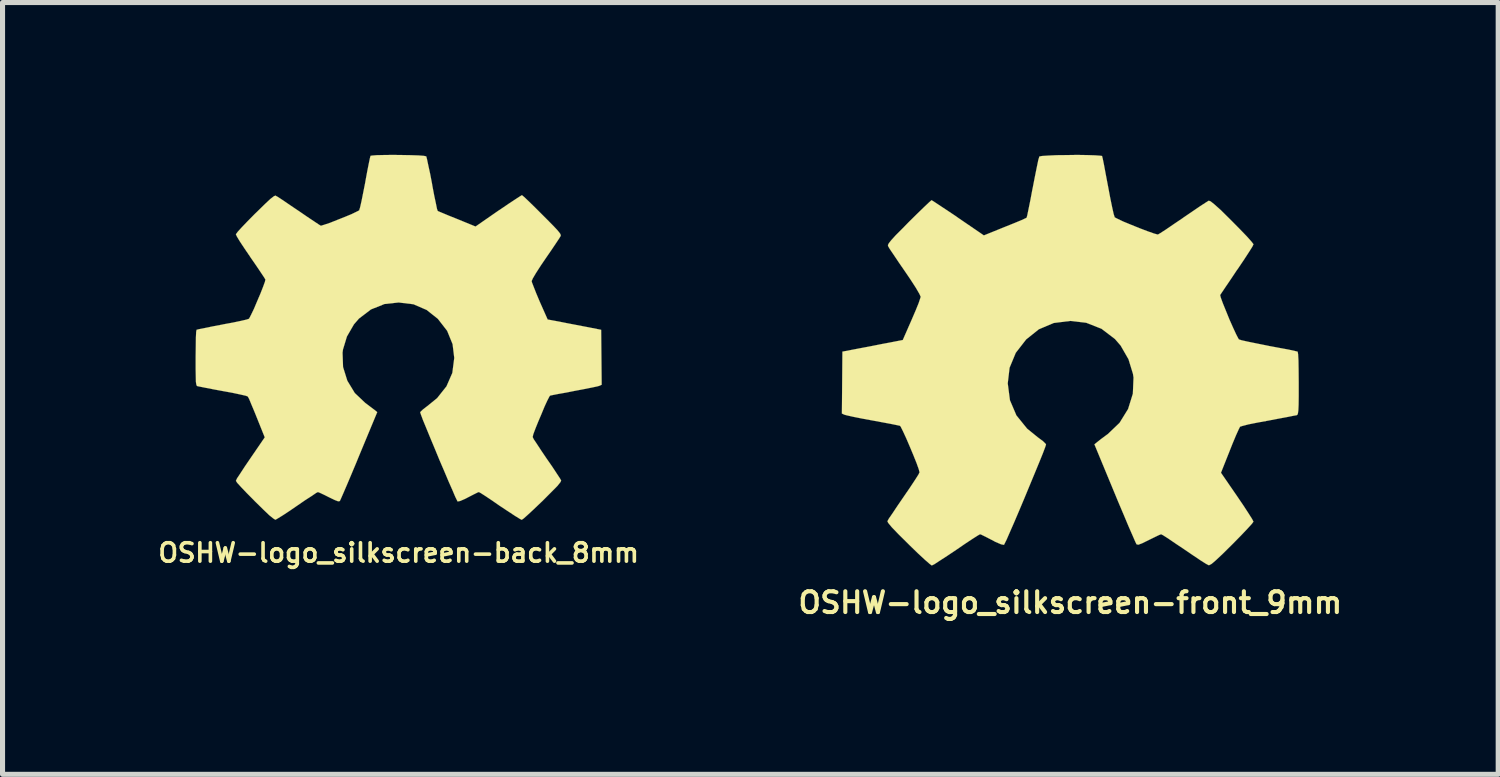
<source format=kicad_pcb>
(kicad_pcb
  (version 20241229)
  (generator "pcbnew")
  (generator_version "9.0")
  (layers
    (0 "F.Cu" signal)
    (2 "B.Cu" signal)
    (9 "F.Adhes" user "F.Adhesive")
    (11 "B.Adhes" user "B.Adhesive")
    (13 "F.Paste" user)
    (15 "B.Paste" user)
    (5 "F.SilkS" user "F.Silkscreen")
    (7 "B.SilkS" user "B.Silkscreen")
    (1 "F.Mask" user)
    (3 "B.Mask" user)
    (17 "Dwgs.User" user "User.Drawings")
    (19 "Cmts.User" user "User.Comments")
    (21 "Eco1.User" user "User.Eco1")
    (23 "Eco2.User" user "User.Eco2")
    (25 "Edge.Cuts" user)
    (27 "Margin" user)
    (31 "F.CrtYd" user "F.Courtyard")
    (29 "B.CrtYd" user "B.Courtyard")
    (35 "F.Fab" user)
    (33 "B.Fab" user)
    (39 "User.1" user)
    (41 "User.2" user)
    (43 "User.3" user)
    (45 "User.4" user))
  (footprint "OSHW-logo_silkscreen-back_8mm"
    (layer "F.Cu")
    (at 4.801 3.595)
    (property "Reference" "OSHW-logo_silkscreen-back_8mm" (at 0 4.242 0) (layer "F.SilkS") (effects (font (size 0.363 0.363) (thickness 0.071))))
    (attr through_hole)
    (fp_poly (pts (xy 2.423 3.592) (xy 2.383 3.571) (xy 2.289 3.513) (xy 2.154 3.424) (xy 1.996 3.32) (xy 1.839 3.211) (xy 1.709 3.124) (xy 1.618 3.066) (xy 1.58 3.045) (xy 1.56 3.051) (xy 1.483 3.089) (xy 1.374 3.145) (xy 1.311 3.178) (xy 1.212 3.221) (xy 1.161 3.231) (xy 1.153 3.216) (xy 1.115 3.139) (xy 1.059 3.007) (xy 0.983 2.835) (xy 0.897 2.631) (xy 0.803 2.413) (xy 0.711 2.189) (xy 0.622 1.976) (xy 0.544 1.786) (xy 0.48 1.631) (xy 0.439 1.521) (xy 0.424 1.476) (xy 0.429 1.466) (xy 0.48 1.417) (xy 0.566 1.351) (xy 0.757 1.196) (xy 0.942 0.963) (xy 1.057 0.699) (xy 1.095 0.404) (xy 1.062 0.132) (xy 0.955 -0.13) (xy 0.772 -0.366) (xy 0.551 -0.541) (xy 0.292 -0.653) (xy 0 -0.688) (xy -0.279 -0.658) (xy -0.546 -0.551) (xy -0.782 -0.371) (xy -0.881 -0.257) (xy -1.019 -0.018) (xy -1.097 0.239) (xy -1.105 0.302) (xy -1.095 0.584) (xy -1.011 0.853) (xy -0.864 1.095) (xy -0.658 1.29) (xy -0.63 1.311) (xy -0.536 1.382) (xy -0.472 1.43) (xy -0.422 1.471) (xy -0.78 2.332) (xy -0.836 2.469) (xy -0.935 2.705) (xy -1.021 2.908) (xy -1.09 3.068) (xy -1.138 3.178) (xy -1.158 3.221) (xy -1.161 3.223) (xy -1.191 3.228) (xy -1.257 3.203) (xy -1.377 3.145) (xy -1.458 3.104) (xy -1.549 3.061) (xy -1.59 3.045) (xy -1.626 3.063) (xy -1.712 3.122) (xy -1.841 3.205) (xy -1.994 3.31) (xy -2.141 3.411) (xy -2.276 3.5) (xy -2.375 3.561) (xy -2.423 3.589) (xy -2.431 3.589) (xy -2.471 3.564) (xy -2.55 3.5) (xy -2.667 3.388) (xy -2.832 3.226) (xy -2.857 3.2) (xy -2.995 3.061) (xy -3.106 2.944) (xy -3.18 2.863) (xy -3.205 2.824) (xy -3.183 2.776) (xy -3.119 2.68) (xy -3.03 2.543) (xy -2.921 2.383) (xy -2.637 1.968) (xy -2.794 1.577) (xy -2.842 1.458) (xy -2.903 1.313) (xy -2.946 1.209) (xy -2.972 1.163) (xy -3.012 1.148) (xy -3.122 1.123) (xy -3.277 1.09) (xy -3.459 1.057) (xy -3.637 1.024) (xy -3.797 0.993) (xy -3.912 0.97) (xy -3.962 0.96) (xy -3.975 0.953) (xy -3.985 0.927) (xy -3.993 0.874) (xy -3.995 0.777) (xy -3.998 0.625) (xy -3.998 0.404) (xy -3.998 0.381) (xy -3.995 0.17) (xy -3.993 0.003) (xy -3.988 -0.107) (xy -3.98 -0.15) (xy -3.929 -0.163) (xy -3.818 -0.185) (xy -3.658 -0.218) (xy -3.467 -0.254) (xy -3.457 -0.257) (xy -3.266 -0.292) (xy -3.109 -0.325) (xy -2.997 -0.351) (xy -2.951 -0.366) (xy -2.941 -0.378) (xy -2.903 -0.452) (xy -2.847 -0.569) (xy -2.786 -0.714) (xy -2.723 -0.861) (xy -2.67 -0.996) (xy -2.634 -1.095) (xy -2.624 -1.14) (xy -2.652 -1.186) (xy -2.718 -1.285) (xy -2.809 -1.42) (xy -2.921 -1.582) (xy -2.929 -1.595) (xy -3.038 -1.755) (xy -3.127 -1.89) (xy -3.185 -1.986) (xy -3.205 -2.029) (xy -3.205 -2.032) (xy -3.17 -2.08) (xy -3.089 -2.169) (xy -2.972 -2.291) (xy -2.832 -2.433) (xy -2.786 -2.477) (xy -2.631 -2.629) (xy -2.525 -2.728) (xy -2.456 -2.781) (xy -2.423 -2.794) (xy -2.423 -2.791) (xy -2.375 -2.764) (xy -2.273 -2.697) (xy -2.136 -2.603) (xy -1.974 -2.494) (xy -1.963 -2.487) (xy -1.803 -2.377) (xy -1.671 -2.289) (xy -1.575 -2.225) (xy -1.534 -2.2) (xy -1.527 -2.2) (xy -1.463 -2.22) (xy -1.349 -2.258) (xy -1.209 -2.314) (xy -1.062 -2.372) (xy -0.927 -2.428) (xy -0.826 -2.477) (xy -0.777 -2.502) (xy -0.777 -2.504) (xy -0.759 -2.563) (xy -0.732 -2.682) (xy -0.699 -2.847) (xy -0.66 -3.043) (xy -0.655 -3.073) (xy -0.62 -3.264) (xy -0.589 -3.421) (xy -0.566 -3.531) (xy -0.554 -3.576) (xy -0.528 -3.581) (xy -0.434 -3.589) (xy -0.292 -3.592) (xy -0.119 -3.594) (xy 0.061 -3.592) (xy 0.236 -3.589) (xy 0.389 -3.584) (xy 0.495 -3.576) (xy 0.541 -3.566) (xy 0.544 -3.564) (xy 0.559 -3.505) (xy 0.584 -3.386) (xy 0.62 -3.221) (xy 0.658 -3.023) (xy 0.663 -2.99) (xy 0.699 -2.799) (xy 0.732 -2.644) (xy 0.754 -2.535) (xy 0.767 -2.494) (xy 0.782 -2.484) (xy 0.861 -2.451) (xy 0.988 -2.398) (xy 1.148 -2.334) (xy 1.514 -2.184) (xy 1.961 -2.494) (xy 2.004 -2.522) (xy 2.164 -2.631) (xy 2.299 -2.72) (xy 2.39 -2.779) (xy 2.428 -2.802) (xy 2.431 -2.799) (xy 2.477 -2.761) (xy 2.565 -2.677) (xy 2.687 -2.558) (xy 2.827 -2.418) (xy 2.931 -2.314) (xy 3.056 -2.187) (xy 3.134 -2.103) (xy 3.178 -2.047) (xy 3.193 -2.014) (xy 3.188 -1.994) (xy 3.16 -1.948) (xy 3.094 -1.849) (xy 3.002 -1.712) (xy 2.893 -1.554) (xy 2.802 -1.42) (xy 2.705 -1.27) (xy 2.642 -1.163) (xy 2.619 -1.11) (xy 2.624 -1.087) (xy 2.657 -1.001) (xy 2.71 -0.866) (xy 2.776 -0.709) (xy 2.934 -0.353) (xy 3.167 -0.31) (xy 3.307 -0.282) (xy 3.505 -0.244) (xy 3.693 -0.208) (xy 3.988 -0.15) (xy 3.998 0.932) (xy 3.952 0.953) (xy 3.909 0.965) (xy 3.8 0.988) (xy 3.645 1.019) (xy 3.459 1.054) (xy 3.305 1.085) (xy 3.145 1.113) (xy 3.033 1.135) (xy 2.982 1.146) (xy 2.969 1.163) (xy 2.929 1.24) (xy 2.873 1.361) (xy 2.812 1.509) (xy 2.748 1.659) (xy 2.692 1.798) (xy 2.652 1.905) (xy 2.639 1.961) (xy 2.659 2.004) (xy 2.72 2.095) (xy 2.807 2.228) (xy 2.913 2.385) (xy 3.023 2.543) (xy 3.111 2.677) (xy 3.175 2.774) (xy 3.2 2.817) (xy 3.188 2.847) (xy 3.127 2.924) (xy 3.007 3.045) (xy 2.832 3.221) (xy 2.802 3.249) (xy 2.662 3.383) (xy 2.543 3.493) (xy 2.461 3.566) (xy 2.423 3.592)) (stroke (width 0.003) (type solid)) (fill yes) (layer "F.SilkS")))
  (footprint "OSHW-logo_silkscreen-front_9mm"
    (layer "F.Cu")
    (at 18.028 4.045)
    (property "Reference" "OSHW-logo_silkscreen-front_9mm" (at 0 4.773 0) (layer "F.SilkS") (effects (font (size 0.409 0.409) (thickness 0.081))))
    (attr through_hole)
    (fp_poly (pts (xy -2.728 4.041) (xy -2.68 4.018) (xy -2.576 3.95) (xy -2.426 3.853) (xy -2.248 3.734) (xy -2.07 3.612) (xy -1.923 3.515) (xy -1.819 3.449) (xy -1.778 3.426) (xy -1.753 3.434) (xy -1.669 3.475) (xy -1.547 3.538) (xy -1.476 3.576) (xy -1.361 3.625) (xy -1.306 3.635) (xy -1.298 3.619) (xy -1.255 3.533) (xy -1.191 3.386) (xy -1.105 3.19) (xy -1.008 2.962) (xy -0.904 2.715) (xy -0.8 2.464) (xy -0.701 2.225) (xy -0.612 2.009) (xy -0.541 1.834) (xy -0.495 1.712) (xy -0.478 1.659) (xy -0.483 1.648) (xy -0.538 1.593) (xy -0.638 1.519) (xy -0.851 1.346) (xy -1.062 1.085) (xy -1.189 0.787) (xy -1.232 0.455) (xy -1.196 0.147) (xy -1.074 -0.147) (xy -0.869 -0.411) (xy -0.62 -0.61) (xy -0.328 -0.734) (xy 0 -0.775) (xy 0.312 -0.739) (xy 0.615 -0.62) (xy 0.879 -0.419) (xy 0.991 -0.29) (xy 1.146 -0.02) (xy 1.234 0.267) (xy 1.245 0.34) (xy 1.232 0.658) (xy 1.138 0.96) (xy 0.97 1.232) (xy 0.739 1.453) (xy 0.711 1.473) (xy 0.602 1.554) (xy 0.531 1.61) (xy 0.475 1.656) (xy 0.876 2.624) (xy 0.94 2.779) (xy 1.052 3.043) (xy 1.148 3.272) (xy 1.227 3.452) (xy 1.28 3.574) (xy 1.303 3.622) (xy 1.306 3.625) (xy 1.341 3.632) (xy 1.415 3.604) (xy 1.549 3.538) (xy 1.641 3.493) (xy 1.742 3.444) (xy 1.788 3.426) (xy 1.829 3.447) (xy 1.928 3.51) (xy 2.07 3.607) (xy 2.245 3.724) (xy 2.408 3.835) (xy 2.56 3.937) (xy 2.672 4.008) (xy 2.725 4.036) (xy 2.733 4.036) (xy 2.781 4.011) (xy 2.868 3.937) (xy 3 3.813) (xy 3.188 3.627) (xy 3.216 3.599) (xy 3.368 3.444) (xy 3.493 3.312) (xy 3.576 3.221) (xy 3.607 3.178) (xy 3.579 3.124) (xy 3.51 3.015) (xy 3.409 2.86) (xy 3.287 2.68) (xy 2.967 2.215) (xy 3.142 1.775) (xy 3.195 1.641) (xy 3.264 1.476) (xy 3.317 1.359) (xy 3.343 1.308) (xy 3.391 1.293) (xy 3.51 1.262) (xy 3.686 1.227) (xy 3.894 1.189) (xy 4.092 1.151) (xy 4.27 1.118) (xy 4.399 1.092) (xy 4.458 1.082) (xy 4.473 1.072) (xy 4.483 1.044) (xy 4.491 0.983) (xy 4.496 0.874) (xy 4.498 0.704) (xy 4.498 0.455) (xy 4.498 0.429) (xy 4.496 0.191) (xy 4.493 0.003) (xy 4.486 -0.119) (xy 4.478 -0.168) (xy 4.475 -0.17) (xy 4.422 -0.183) (xy 4.295 -0.211) (xy 4.115 -0.244) (xy 3.901 -0.284) (xy 3.889 -0.287) (xy 3.675 -0.33) (xy 3.498 -0.366) (xy 3.373 -0.394) (xy 3.32 -0.411) (xy 3.31 -0.427) (xy 3.266 -0.511) (xy 3.205 -0.643) (xy 3.134 -0.803) (xy 3.066 -0.97) (xy 3.005 -1.12) (xy 2.964 -1.232) (xy 2.951 -1.283) (xy 2.951 -1.285) (xy 2.985 -1.336) (xy 3.058 -1.445) (xy 3.162 -1.598) (xy 3.284 -1.781) (xy 3.294 -1.793) (xy 3.416 -1.974) (xy 3.515 -2.126) (xy 3.584 -2.235) (xy 3.607 -2.283) (xy 3.607 -2.286) (xy 3.566 -2.339) (xy 3.475 -2.441) (xy 3.343 -2.578) (xy 3.185 -2.738) (xy 3.137 -2.786) (xy 2.962 -2.959) (xy 2.84 -3.068) (xy 2.764 -3.129) (xy 2.728 -3.142) (xy 2.725 -3.142) (xy 2.672 -3.109) (xy 2.558 -3.035) (xy 2.405 -2.931) (xy 2.223 -2.807) (xy 2.21 -2.797) (xy 2.029 -2.675) (xy 1.88 -2.573) (xy 1.773 -2.504) (xy 1.727 -2.477) (xy 1.717 -2.477) (xy 1.646 -2.497) (xy 1.516 -2.543) (xy 1.359 -2.603) (xy 1.194 -2.67) (xy 1.041 -2.733) (xy 0.93 -2.786) (xy 0.876 -2.814) (xy 0.874 -2.817) (xy 0.853 -2.883) (xy 0.823 -3.018) (xy 0.785 -3.203) (xy 0.744 -3.421) (xy 0.737 -3.457) (xy 0.696 -3.673) (xy 0.663 -3.851) (xy 0.638 -3.973) (xy 0.625 -4.023) (xy 0.594 -4.028) (xy 0.488 -4.036) (xy 0.33 -4.041) (xy 0.135 -4.044) (xy -0.069 -4.041) (xy -0.267 -4.039) (xy -0.437 -4.031) (xy -0.559 -4.023) (xy -0.61 -4.013) (xy -0.61 -4.011) (xy -0.63 -3.945) (xy -0.658 -3.81) (xy -0.696 -3.622) (xy -0.739 -3.401) (xy -0.747 -3.363) (xy -0.787 -3.15) (xy -0.823 -2.974) (xy -0.848 -2.852) (xy -0.861 -2.807) (xy -0.881 -2.797) (xy -0.97 -2.756) (xy -1.113 -2.697) (xy -1.29 -2.626) (xy -1.702 -2.459) (xy -2.207 -2.804) (xy -2.253 -2.837) (xy -2.436 -2.959) (xy -2.586 -3.058) (xy -2.69 -3.127) (xy -2.731 -3.152) (xy -2.736 -3.15) (xy -2.786 -3.106) (xy -2.885 -3.012) (xy -3.023 -2.878) (xy -3.183 -2.72) (xy -3.299 -2.601) (xy -3.439 -2.461) (xy -3.526 -2.365) (xy -3.574 -2.304) (xy -3.592 -2.268) (xy -3.586 -2.243) (xy -3.556 -2.192) (xy -3.48 -2.08) (xy -3.376 -1.925) (xy -3.254 -1.748) (xy -3.152 -1.598) (xy -3.043 -1.43) (xy -2.972 -1.308) (xy -2.946 -1.25) (xy -2.954 -1.224) (xy -2.987 -1.125) (xy -3.048 -0.975) (xy -3.124 -0.798) (xy -3.299 -0.399) (xy -3.561 -0.348) (xy -3.721 -0.318) (xy -3.942 -0.274) (xy -4.155 -0.234) (xy -4.488 -0.17) (xy -4.498 1.049) (xy -4.448 1.072) (xy -4.399 1.085) (xy -4.275 1.113) (xy -4.1 1.148) (xy -3.894 1.186) (xy -3.716 1.219) (xy -3.538 1.252) (xy -3.411 1.278) (xy -3.355 1.29) (xy -3.34 1.308) (xy -3.297 1.394) (xy -3.233 1.532) (xy -3.162 1.697) (xy -3.091 1.867) (xy -3.028 2.024) (xy -2.985 2.144) (xy -2.969 2.207) (xy -2.992 2.253) (xy -3.058 2.357) (xy -3.157 2.507) (xy -3.279 2.685) (xy -3.399 2.86) (xy -3.5 3.012) (xy -3.574 3.119) (xy -3.602 3.17) (xy -3.586 3.203) (xy -3.515 3.289) (xy -3.383 3.426) (xy -3.185 3.622) (xy -3.152 3.655) (xy -2.995 3.807) (xy -2.863 3.929) (xy -2.769 4.011) (xy -2.728 4.041)) (stroke (width 0.003) (type solid)) (fill yes) (layer "F.SilkS")))
  (gr_rect
    (start -3 -3)
    (end 26.455 12.199)
    (stroke (width 0.1) (type default))
    (fill no)
    (layer "Edge.Cuts")))
</source>
